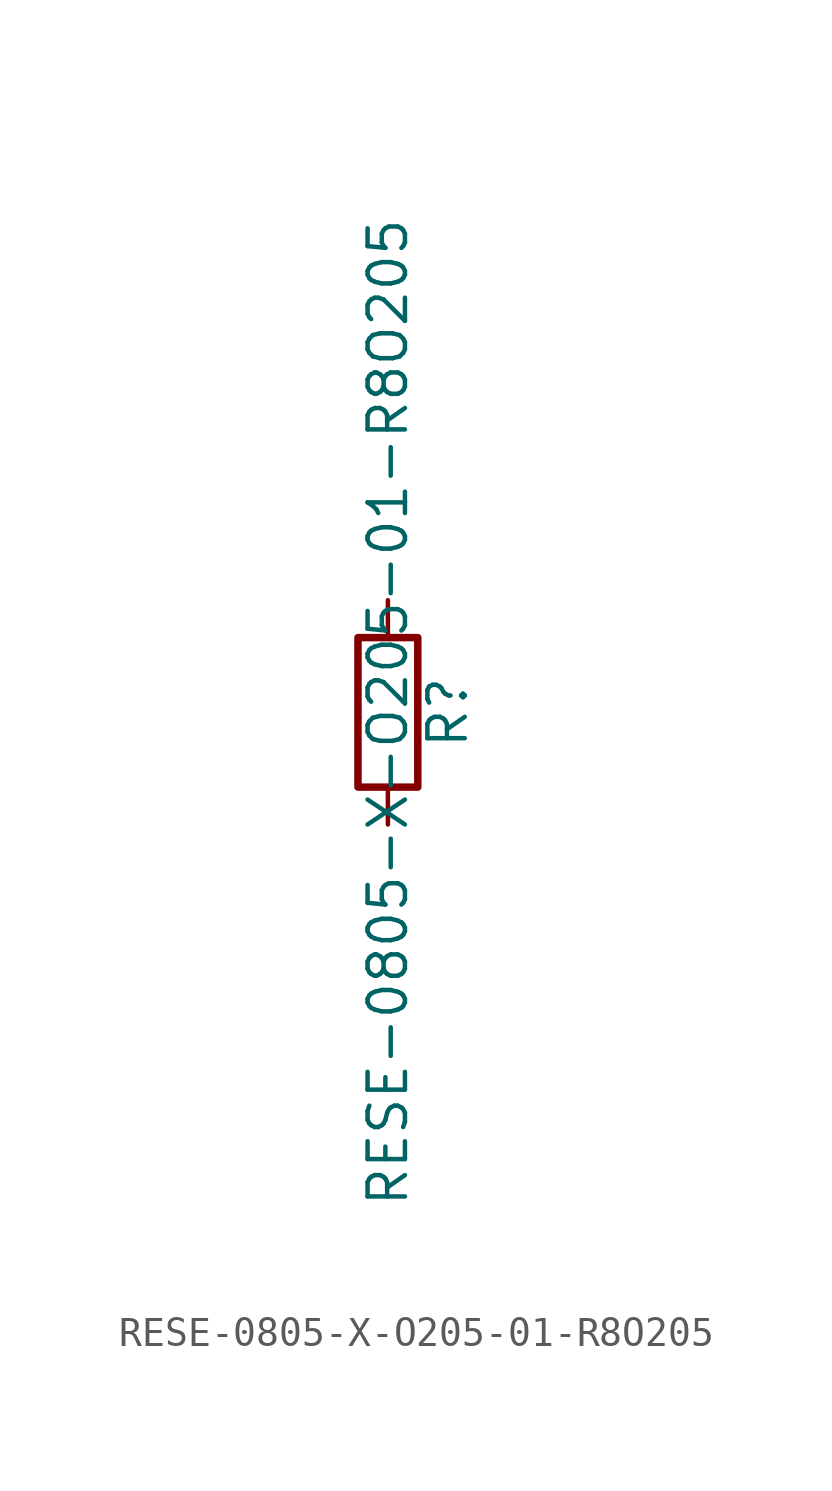
<source format=kicad_sym>
(kicad_symbol_lib
  (version 20211014)
  (generator kicad_symbol_editor)
  (symbol "RESE-0805-X-O205-01-R8O205"
    (pin_numbers hide)
    (pin_names
      (offset 0))
    (property "Reference" "R"
      (at 2.032 0 90)
      (effects (font (size 1.27 1.27))))
    (property "Value" "RESE-0805-X-O205-01-R8O205"
      (at 0 0 90)
      (effects (font (size 1.27 1.27))))
    (symbol "RESE-0805-X-O205-01-R8O205_0_1"
      (rectangle (start -1.016 -2.54) (end 1.016 2.54) (stroke (width 0.254) (type default) (color 0 0 0 0)) (fill (type none))))
    (symbol "RESE-0805-X-O205-01-R8O205_1_1"
      (pin passive line (at 0 3.81 270) (length 1.27) (name "~" (effects (font (size 1.27 1.27)))) (number "1" (effects (font (size 1.27 1.27)))))
      (pin passive line (at 0 -3.81 90) (length 1.27) (name "~" (effects (font (size 1.27 1.27)))) (number "2" (effects (font (size 1.27 1.27))))))))
</source>
